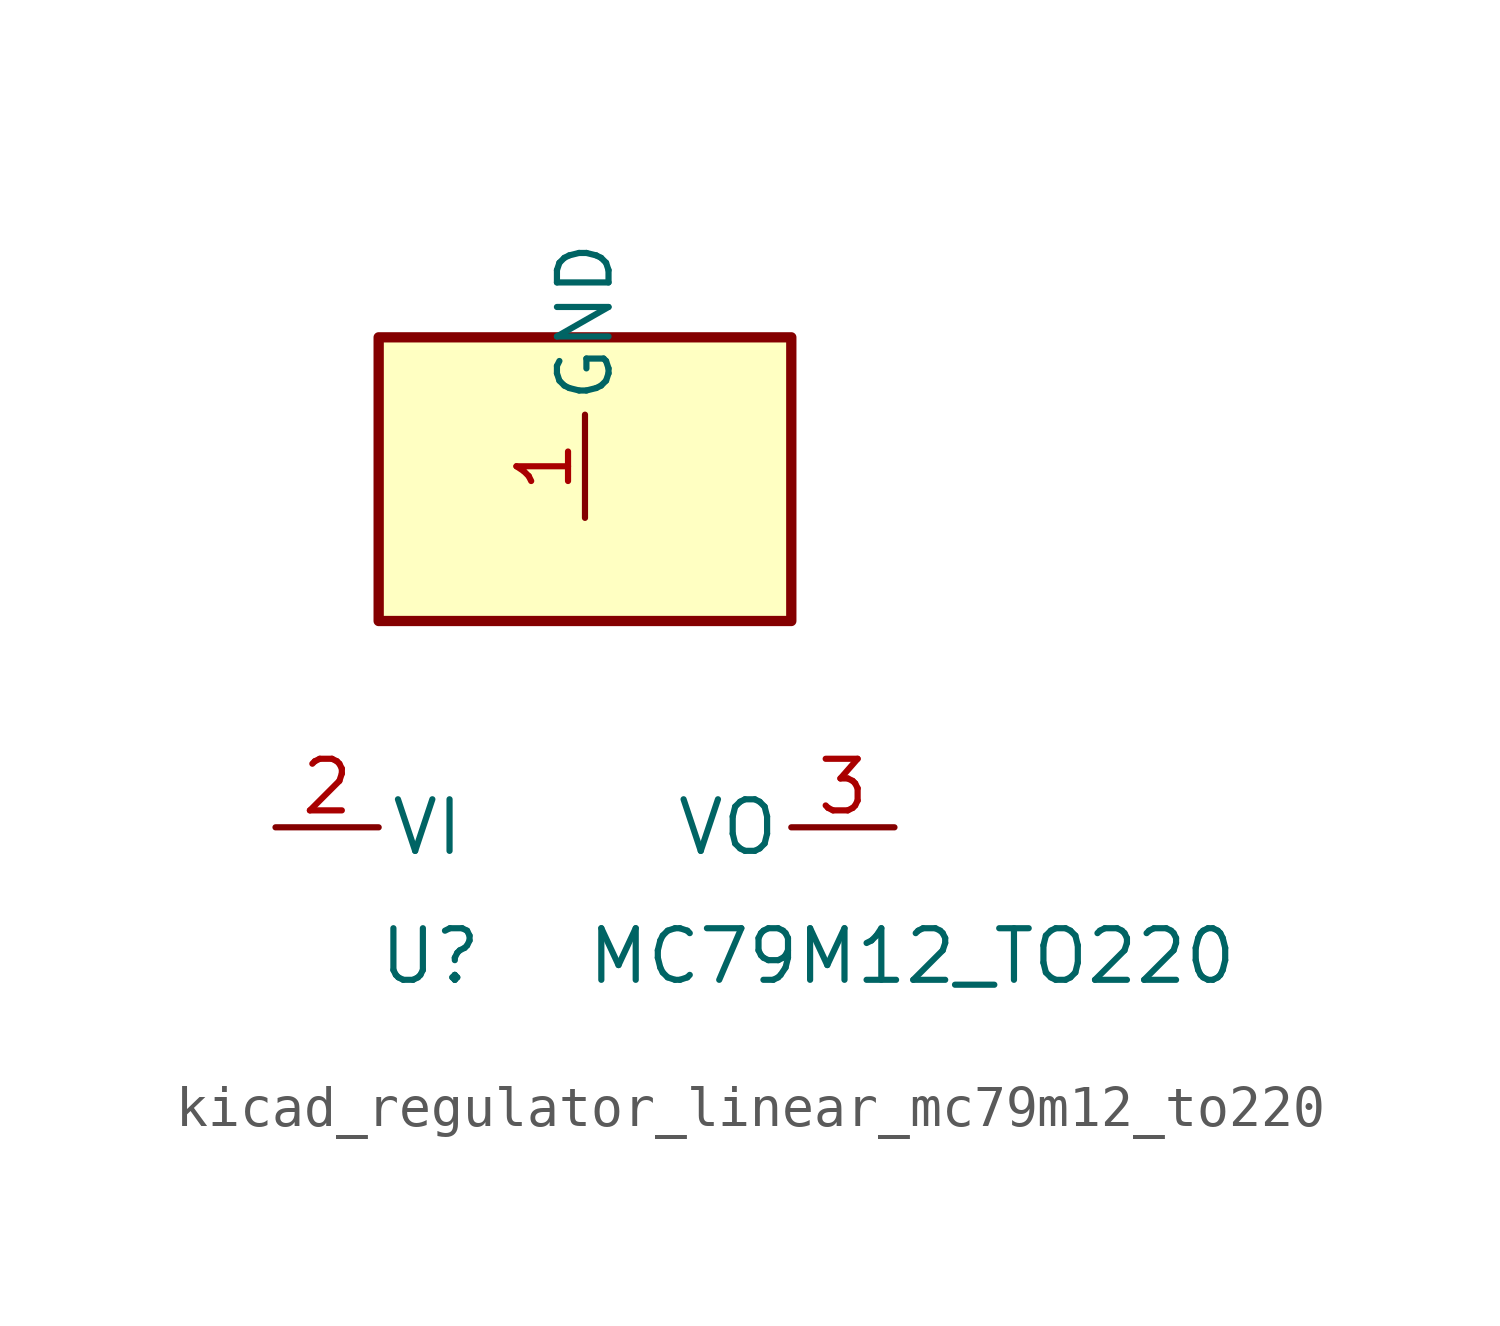
<source format=kicad_sym>
(kicad_symbol_lib
  (version 20220914)
  (generator kicad_symbol_editor)
  (symbol "kicad_regulator_linear_mc79m12_to220"
    (pin_names
      (offset 0.254))
    (property "Reference" "U"
      (at -3.81 -3.175 0)
      (effects (font (size 1.27 1.27))))
    (property "Value" "MC79M12_TO220"
      (at 0 -3.175 0)
      (effects (font (size 1.27 1.27)) (justify left)))
    (symbol "kicad_regulator_linear_mc79m12_to220_0_1"
      (rectangle (start 5.08 12.065) (end -5.08 5.08) (stroke (width 0.254) (type default)) (fill (type background))))
    (symbol "kicad_regulator_linear_mc79m12_to220_1_1"
      (pin power_in line (at 0 7.62 90) (length 2.54) (name "GND" (effects (font (size 1.27 1.27)))) (number "1" (effects (font (size 1.27 1.27)))))
      (pin power_in line (at -7.62 0 0) (length 2.54) (name "VI" (effects (font (size 1.27 1.27)))) (number "2" (effects (font (size 1.27 1.27)))))
      (pin power_out line (at 7.62 0 180) (length 2.54) (name "VO" (effects (font (size 1.27 1.27)))) (number "3" (effects (font (size 1.27 1.27))))))))
</source>
